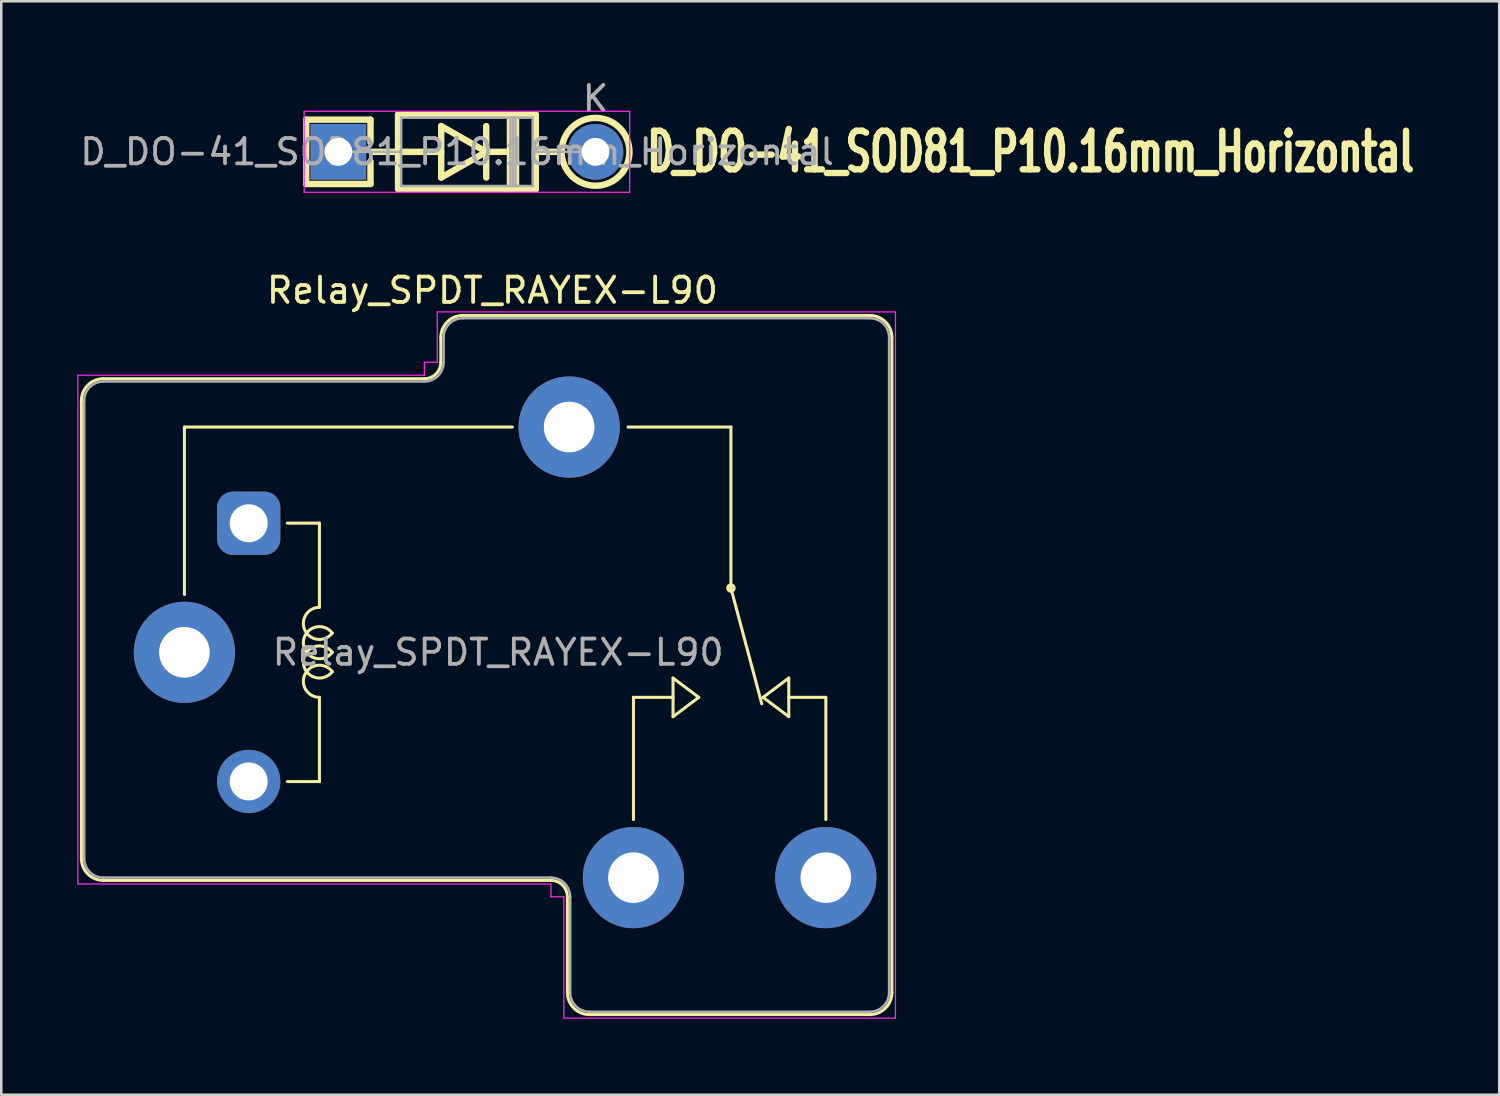
<source format=kicad_pcb>
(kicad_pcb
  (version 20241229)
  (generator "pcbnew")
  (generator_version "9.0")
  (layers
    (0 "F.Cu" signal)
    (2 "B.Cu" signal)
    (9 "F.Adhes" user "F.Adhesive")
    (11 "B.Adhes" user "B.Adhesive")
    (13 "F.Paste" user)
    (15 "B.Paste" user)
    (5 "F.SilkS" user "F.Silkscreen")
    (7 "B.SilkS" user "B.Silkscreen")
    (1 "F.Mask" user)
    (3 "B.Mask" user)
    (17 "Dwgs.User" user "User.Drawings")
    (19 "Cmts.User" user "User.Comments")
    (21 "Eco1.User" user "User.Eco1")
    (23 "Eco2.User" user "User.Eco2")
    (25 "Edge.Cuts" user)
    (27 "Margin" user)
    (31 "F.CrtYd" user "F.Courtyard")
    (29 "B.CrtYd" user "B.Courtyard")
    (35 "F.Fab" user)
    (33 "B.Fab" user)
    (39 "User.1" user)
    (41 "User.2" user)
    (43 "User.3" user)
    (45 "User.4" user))
  (footprint "Relay_SPDT_RAYEX-L90"
    (layer "F.Cu")
    (at 4.235 22.721)
    (property "Reference" "Relay_SPDT_RAYEX-L90" (at 12.167 -14.3 0) (layer "F.SilkS") (effects (font (size 1 1) (thickness 0.15))))
    (attr through_hole)
    (fp_line (start -4.07 -9.94) (end -4.07 8.14) (stroke (width 0.12) (type solid)) (layer "F.SilkS"))
    (fp_line (start -3.2 -10.81) (end 9.48 -10.81) (stroke (width 0.12) (type solid)) (layer "F.SilkS"))
    (fp_line (start -3.2 9.01) (end 14.48 9.01) (stroke (width 0.12) (type solid)) (layer "F.SilkS"))
    (fp_line (start 0 -8.9) (end 0 -2.286) (stroke (width 0.12) (type solid)) (layer "F.SilkS"))
    (fp_line (start 0 -8.9) (end 12.954 -8.9) (stroke (width 0.12) (type solid)) (layer "F.SilkS"))
    (fp_line (start 4.064 -5.105) (end 5.334 -5.105) (stroke (width 0.12) (type solid)) (layer "F.SilkS"))
    (fp_line (start 5.334 -1.778) (end 5.334 -5.105) (stroke (width 0.12) (type solid)) (layer "F.SilkS"))
    (fp_line (start 5.334 5.105) (end 4.064 5.105) (stroke (width 0.12) (type solid)) (layer "F.SilkS"))
    (fp_line (start 5.334 5.105) (end 5.334 1.778) (stroke (width 0.12) (type solid)) (layer "F.SilkS"))
    (fp_line (start 10.13 -12.44) (end 10.13 -11.46) (stroke (width 0.12) (type solid)) (layer "F.SilkS"))
    (fp_line (start 11 -13.31) (end 27.08 -13.31) (stroke (width 0.12) (type solid)) (layer "F.SilkS"))
    (fp_line (start 15.13 9.66) (end 15.13 13.44) (stroke (width 0.12) (type solid)) (layer "F.SilkS"))
    (fp_line (start 16 14.31) (end 27.08 14.31) (stroke (width 0.12) (type solid)) (layer "F.SilkS"))
    (fp_line (start 17.74 1.778) (end 19.304 1.778) (stroke (width 0.12) (type solid)) (layer "F.SilkS"))
    (fp_line (start 17.74 6.604) (end 17.74 1.778) (stroke (width 0.12) (type solid)) (layer "F.SilkS"))
    (fp_line (start 19.304 1.016) (end 19.304 2.54) (stroke (width 0.12) (type solid)) (layer "F.SilkS"))
    (fp_line (start 19.304 2.54) (end 20.32 1.778) (stroke (width 0.12) (type solid)) (layer "F.SilkS"))
    (fp_line (start 20.32 1.778) (end 19.304 1.016) (stroke (width 0.12) (type solid)) (layer "F.SilkS"))
    (fp_line (start 21.59 -8.9) (end 17.526 -8.9) (stroke (width 0.12) (type solid)) (layer "F.SilkS"))
    (fp_line (start 21.59 -2.54) (end 21.59 -8.9) (stroke (width 0.12) (type solid)) (layer "F.SilkS"))
    (fp_line (start 21.59 -2.54) (end 22.809 2.032) (stroke (width 0.12) (type solid)) (layer "F.SilkS"))
    (fp_line (start 22.86 1.778) (end 23.876 1.016) (stroke (width 0.12) (type solid)) (layer "F.SilkS"))
    (fp_line (start 23.876 1.778) (end 25.34 1.778) (stroke (width 0.12) (type solid)) (layer "F.SilkS"))
    (fp_line (start 23.876 2.54) (end 22.86 1.778) (stroke (width 0.12) (type solid)) (layer "F.SilkS"))
    (fp_line (start 23.876 2.54) (end 23.876 1.016) (stroke (width 0.12) (type solid)) (layer "F.SilkS"))
    (fp_line (start 25.34 1.778) (end 25.34 6.604) (stroke (width 0.12) (type solid)) (layer "F.SilkS"))
    (fp_line (start 27.95 -12.44) (end 27.95 13.44) (stroke (width 0.12) (type solid)) (layer "F.SilkS"))
    (fp_arc (start -4.07 -9.94) (mid -3.815183 -10.555183) (end -3.2 -10.81) (stroke (width 0.12) (type solid)) (layer "F.SilkS"))
    (fp_arc (start -3.2 9.01) (mid -3.815183 8.755183) (end -4.07 8.14) (stroke (width 0.12) (type solid)) (layer "F.SilkS"))
    (fp_arc (start 5.334002 1.777997) (mid 4.765966 0.859171) (end 5.841802 0.76173) (stroke (width 0.12) (type solid)) (layer "F.SilkS"))
    (fp_arc (start 5.8418 -0.761733) (mid 4.765964 -0.859168) (end 5.334 -1.778) (stroke (width 0.12) (type solid)) (layer "F.SilkS"))
    (fp_arc (start 5.842265 -0.000355) (mid 4.699001 -0.380778) (end 5.842 -0.762001) (stroke (width 0.12) (type solid)) (layer "F.SilkS"))
    (fp_arc (start 5.842266 0.761644) (mid 4.699001 0.381223) (end 5.842001 -0.000002) (stroke (width 0.12) (type solid)) (layer "F.SilkS"))
    (fp_arc (start 10.13 -12.44) (mid 10.384817 -13.055183) (end 11 -13.31) (stroke (width 0.12) (type solid)) (layer "F.SilkS"))
    (fp_arc (start 10.13 -11.46) (mid 9.939619 -11.000381) (end 9.48 -10.81) (stroke (width 0.12) (type solid)) (layer "F.SilkS"))
    (fp_arc (start 14.48 9.01) (mid 14.939619 9.200381) (end 15.13 9.66) (stroke (width 0.12) (type solid)) (layer "F.SilkS"))
    (fp_arc (start 16 14.31) (mid 15.384817 14.055183) (end 15.13 13.44) (stroke (width 0.12) (type solid)) (layer "F.SilkS"))
    (fp_arc (start 27.08 -13.31) (mid 27.695183 -13.055183) (end 27.95 -12.44) (stroke (width 0.12) (type solid)) (layer "F.SilkS"))
    (fp_arc (start 27.95 13.44) (mid 27.695183 14.055183) (end 27.08 14.31) (stroke (width 0.12) (type solid)) (layer "F.SilkS"))
    (fp_circle (center 21.59 -2.54) (end 21.59 -2.413) (stroke (width 0.12) (type solid)) (fill no) (layer "F.SilkS"))
    (fp_line (start -4.21 -10.95) (end -4.21 9.15) (stroke (width 0.05) (type solid)) (layer "F.CrtYd"))
    (fp_line (start -4.21 -10.95) (end 9.48 -10.95) (stroke (width 0.05) (type solid)) (layer "F.CrtYd"))
    (fp_line (start -4.21 9.15) (end 14.48 9.15) (stroke (width 0.05) (type solid)) (layer "F.CrtYd"))
    (fp_line (start 9.48 -11.46) (end 9.48 -10.95) (stroke (width 0.05) (type solid)) (layer "F.CrtYd"))
    (fp_line (start 9.48 -11.46) (end 9.99 -11.46) (stroke (width 0.05) (type solid)) (layer "F.CrtYd"))
    (fp_line (start 9.99 -13.45) (end 9.99 -11.46) (stroke (width 0.05) (type solid)) (layer "F.CrtYd"))
    (fp_line (start 9.99 -13.45) (end 28.09 -13.45) (stroke (width 0.05) (type solid)) (layer "F.CrtYd"))
    (fp_line (start 14.48 9.15) (end 14.48 9.66) (stroke (width 0.05) (type solid)) (layer "F.CrtYd"))
    (fp_line (start 14.48 9.66) (end 14.99 9.66) (stroke (width 0.05) (type solid)) (layer "F.CrtYd"))
    (fp_line (start 14.99 9.66) (end 14.99 14.45) (stroke (width 0.05) (type solid)) (layer "F.CrtYd"))
    (fp_line (start 14.99 14.45) (end 28.09 14.45) (stroke (width 0.05) (type solid)) (layer "F.CrtYd"))
    (fp_line (start 28.09 -13.45) (end 28.09 14.45) (stroke (width 0.05) (type solid)) (layer "F.CrtYd"))
    (fp_line (start -3.96 -9.94) (end -3.96 8.14) (stroke (width 0.1) (type solid)) (layer "F.Fab"))
    (fp_line (start -3.2 -10.7) (end 9.48 -10.7) (stroke (width 0.1) (type solid)) (layer "F.Fab"))
    (fp_line (start -3.2 8.9) (end 14.48 8.9) (stroke (width 0.1) (type solid)) (layer "F.Fab"))
    (fp_line (start 10.24 -12.44) (end 10.24 -11.46) (stroke (width 0.1) (type solid)) (layer "F.Fab"))
    (fp_line (start 11 -13.2) (end 27.08 -13.2) (stroke (width 0.1) (type solid)) (layer "F.Fab"))
    (fp_line (start 15.24 9.66) (end 15.24 13.44) (stroke (width 0.1) (type solid)) (layer "F.Fab"))
    (fp_line (start 16 14.2) (end 27.08 14.2) (stroke (width 0.1) (type solid)) (layer "F.Fab"))
    (fp_line (start 27.84 -12.44) (end 27.84 13.44) (stroke (width 0.1) (type solid)) (layer "F.Fab"))
    (fp_arc (start -3.96 -9.94) (mid -3.737401 -10.477401) (end -3.2 -10.7) (stroke (width 0.1) (type solid)) (layer "F.Fab"))
    (fp_arc (start -3.2 8.9) (mid -3.737401 8.677401) (end -3.96 8.14) (stroke (width 0.1) (type solid)) (layer "F.Fab"))
    (fp_arc (start 10.24 -12.44) (mid 10.462599 -12.977401) (end 11 -13.2) (stroke (width 0.1) (type solid)) (layer "F.Fab"))
    (fp_arc (start 10.24 -11.46) (mid 10.017401 -10.922599) (end 9.48 -10.7) (stroke (width 0.1) (type solid)) (layer "F.Fab"))
    (fp_arc (start 14.48 8.9) (mid 15.017401 9.122599) (end 15.24 9.66) (stroke (width 0.1) (type solid)) (layer "F.Fab"))
    (fp_arc (start 16 14.2) (mid 15.462599 13.977401) (end 15.24 13.44) (stroke (width 0.1) (type solid)) (layer "F.Fab"))
    (fp_arc (start 27.08 -13.2) (mid 27.617401 -12.977401) (end 27.84 -12.44) (stroke (width 0.1) (type solid)) (layer "F.Fab"))
    (fp_arc (start 27.84 13.44) (mid 27.617401 13.977401) (end 27.08 14.2) (stroke (width 0.1) (type solid)) (layer "F.Fab"))
    (fp_text user "${REFERENCE}" (at 12.395 0 0) (layer "F.Fab") (effects (font (size 1 1) (thickness 0.15))))
    (pad "1" thru_hole circle (at 17.74 8.9 180) (size 4 4) (drill 2) (layers "*.Cu" "*.Mask"))
    (pad "2" thru_hole circle (at 0 0 180) (size 4 4) (drill 2) (layers "*.Cu" "*.Mask"))
    (pad "2" thru_hole circle (at 15.2 -8.9 180) (size 4 4) (drill 2) (layers "*.Cu" "*.Mask"))
    (pad "3" thru_hole circle (at 2.54 5.1 180) (size 2.5 2.5) (drill 1.5) (layers "*.Cu" "*.Mask"))
    (pad "4" thru_hole roundrect (at 2.54 -5.1 180) (size 2.5 2.5) (drill 1.5) (layers "*.Cu" "*.Mask") (roundrect_rratio 0.25))
    (pad "12" thru_hole circle (at 25.34 8.9 180) (size 4 4) (drill 2) (layers "*.Cu" "*.Mask")))
  (footprint "D_DO-41_SOD81_P10.16mm_Horizontal"
    (layer "F.Cu")
    (at 10.316 2.948)
    (property "Reference" "D_DO-41_SOD81_P10.16mm_Horizontal" (at 12.065 0 0) (layer "F.SilkS") (effects (font (size 1.524 1.016) (thickness 0.254)) (justify left)))
    (attr through_hole)
    (fp_line (start -1.27 -1.27) (end -1.27 1.27) (stroke (width 0.254) (type solid)) (layer "F.SilkS"))
    (fp_line (start -1.27 1.27) (end 1.27 1.27) (stroke (width 0.254) (type solid)) (layer "F.SilkS"))
    (fp_line (start 1.27 -1.27) (end -1.27 -1.27) (stroke (width 0.254) (type solid)) (layer "F.SilkS"))
    (fp_line (start 1.27 -0.381) (end 1.27 -1.27) (stroke (width 0.254) (type solid)) (layer "F.SilkS"))
    (fp_line (start 1.27 1.27) (end 1.27 0.381) (stroke (width 0.254) (type solid)) (layer "F.SilkS"))
    (fp_line (start 1.34 0) (end 2.36 0) (stroke (width 0.254) (type solid)) (layer "F.SilkS"))
    (fp_line (start 2.36 -1.47) (end 2.36 1.47) (stroke (width 0.254) (type solid)) (layer "F.SilkS"))
    (fp_line (start 2.36 1.47) (end 7.8 1.47) (stroke (width 0.254) (type solid)) (layer "F.SilkS"))
    (fp_line (start 4.064 -1.016) (end 4.064 1.016) (stroke (width 0.254) (type solid)) (layer "F.SilkS"))
    (fp_line (start 4.064 -1.016) (end 5.842 0) (stroke (width 0.254) (type solid)) (layer "F.SilkS"))
    (fp_line (start 4.064 0) (end 2.36 0) (stroke (width 0.254) (type solid)) (layer "F.SilkS"))
    (fp_line (start 5.842 -1.016) (end 5.842 1.016) (stroke (width 0.254) (type solid)) (layer "F.SilkS"))
    (fp_line (start 5.842 0) (end 4.064 1.016) (stroke (width 0.254) (type solid)) (layer "F.SilkS"))
    (fp_line (start 5.842 0) (end 6.78 0) (stroke (width 0.254) (type solid)) (layer "F.SilkS"))
    (fp_line (start 6.78 1.47) (end 6.78 -1.47) (stroke (width 0.254) (type solid)) (layer "F.SilkS"))
    (fp_line (start 6.9 1.47) (end 6.9 -1.47) (stroke (width 0.254) (type solid)) (layer "F.SilkS"))
    (fp_line (start 7.02 1.47) (end 7.02 -1.47) (stroke (width 0.254) (type solid)) (layer "F.SilkS"))
    (fp_line (start 7.8 -1.47) (end 2.36 -1.47) (stroke (width 0.254) (type solid)) (layer "F.SilkS"))
    (fp_line (start 7.8 1.47) (end 7.8 -1.47) (stroke (width 0.254) (type solid)) (layer "F.SilkS"))
    (fp_line (start 8.82 0) (end 7.8 0) (stroke (width 0.254) (type solid)) (layer "F.SilkS"))
    (fp_circle (center 10.16 0) (end 8.82 0) (stroke (width 0.254) (type solid)) (fill no) (layer "F.SilkS"))
    (fp_line (start -1.35 -1.6) (end -1.35 1.6) (stroke (width 0.05) (type solid)) (layer "F.CrtYd"))
    (fp_line (start -1.35 1.6) (end 11.51 1.6) (stroke (width 0.05) (type solid)) (layer "F.CrtYd"))
    (fp_line (start 11.51 -1.6) (end -1.35 -1.6) (stroke (width 0.05) (type solid)) (layer "F.CrtYd"))
    (fp_line (start 11.51 1.6) (end 11.51 -1.6) (stroke (width 0.05) (type solid)) (layer "F.CrtYd"))
    (fp_line (start 0 0) (end 2.48 0) (stroke (width 0.1) (type solid)) (layer "F.Fab"))
    (fp_line (start 2.48 -1.35) (end 2.48 1.35) (stroke (width 0.1) (type solid)) (layer "F.Fab"))
    (fp_line (start 2.48 1.35) (end 7.68 1.35) (stroke (width 0.1) (type solid)) (layer "F.Fab"))
    (fp_line (start 6.8 1.35) (end 6.8 -1.35) (stroke (width 0.1) (type solid)) (layer "F.Fab"))
    (fp_line (start 6.9 1.35) (end 6.9 -1.35) (stroke (width 0.1) (type solid)) (layer "F.Fab"))
    (fp_line (start 7 1.35) (end 7 -1.35) (stroke (width 0.1) (type solid)) (layer "F.Fab"))
    (fp_line (start 7.68 -1.35) (end 2.48 -1.35) (stroke (width 0.1) (type solid)) (layer "F.Fab"))
    (fp_line (start 7.68 1.35) (end 7.68 -1.35) (stroke (width 0.1) (type solid)) (layer "F.Fab"))
    (fp_line (start 10.16 0) (end 7.68 0) (stroke (width 0.1) (type solid)) (layer "F.Fab"))
    (fp_text user "${REFERENCE}" (at 4.69 0 180) (layer "F.Fab") (effects (font (size 1 1) (thickness 0.15))))
    (fp_text user "K" (at 10.16 -2.1 0) (layer "F.Fab") (effects (font (size 1 1) (thickness 0.15))))
    (pad "1" thru_hole rect (at 0 0 180) (size 2.2 2.2) (drill 1.1) (layers "*.Cu" "*.Mask"))
    (pad "2" thru_hole oval (at 10.16 0 180) (size 2.2 2.2) (drill 1.1) (layers "*.Cu" "*.Mask")))
  (gr_rect
    (start -3 -3)
    (end 56.178 40.197)
    (stroke (width 0.1) (type default))
    (fill no)
    (layer "Edge.Cuts")))
</source>
